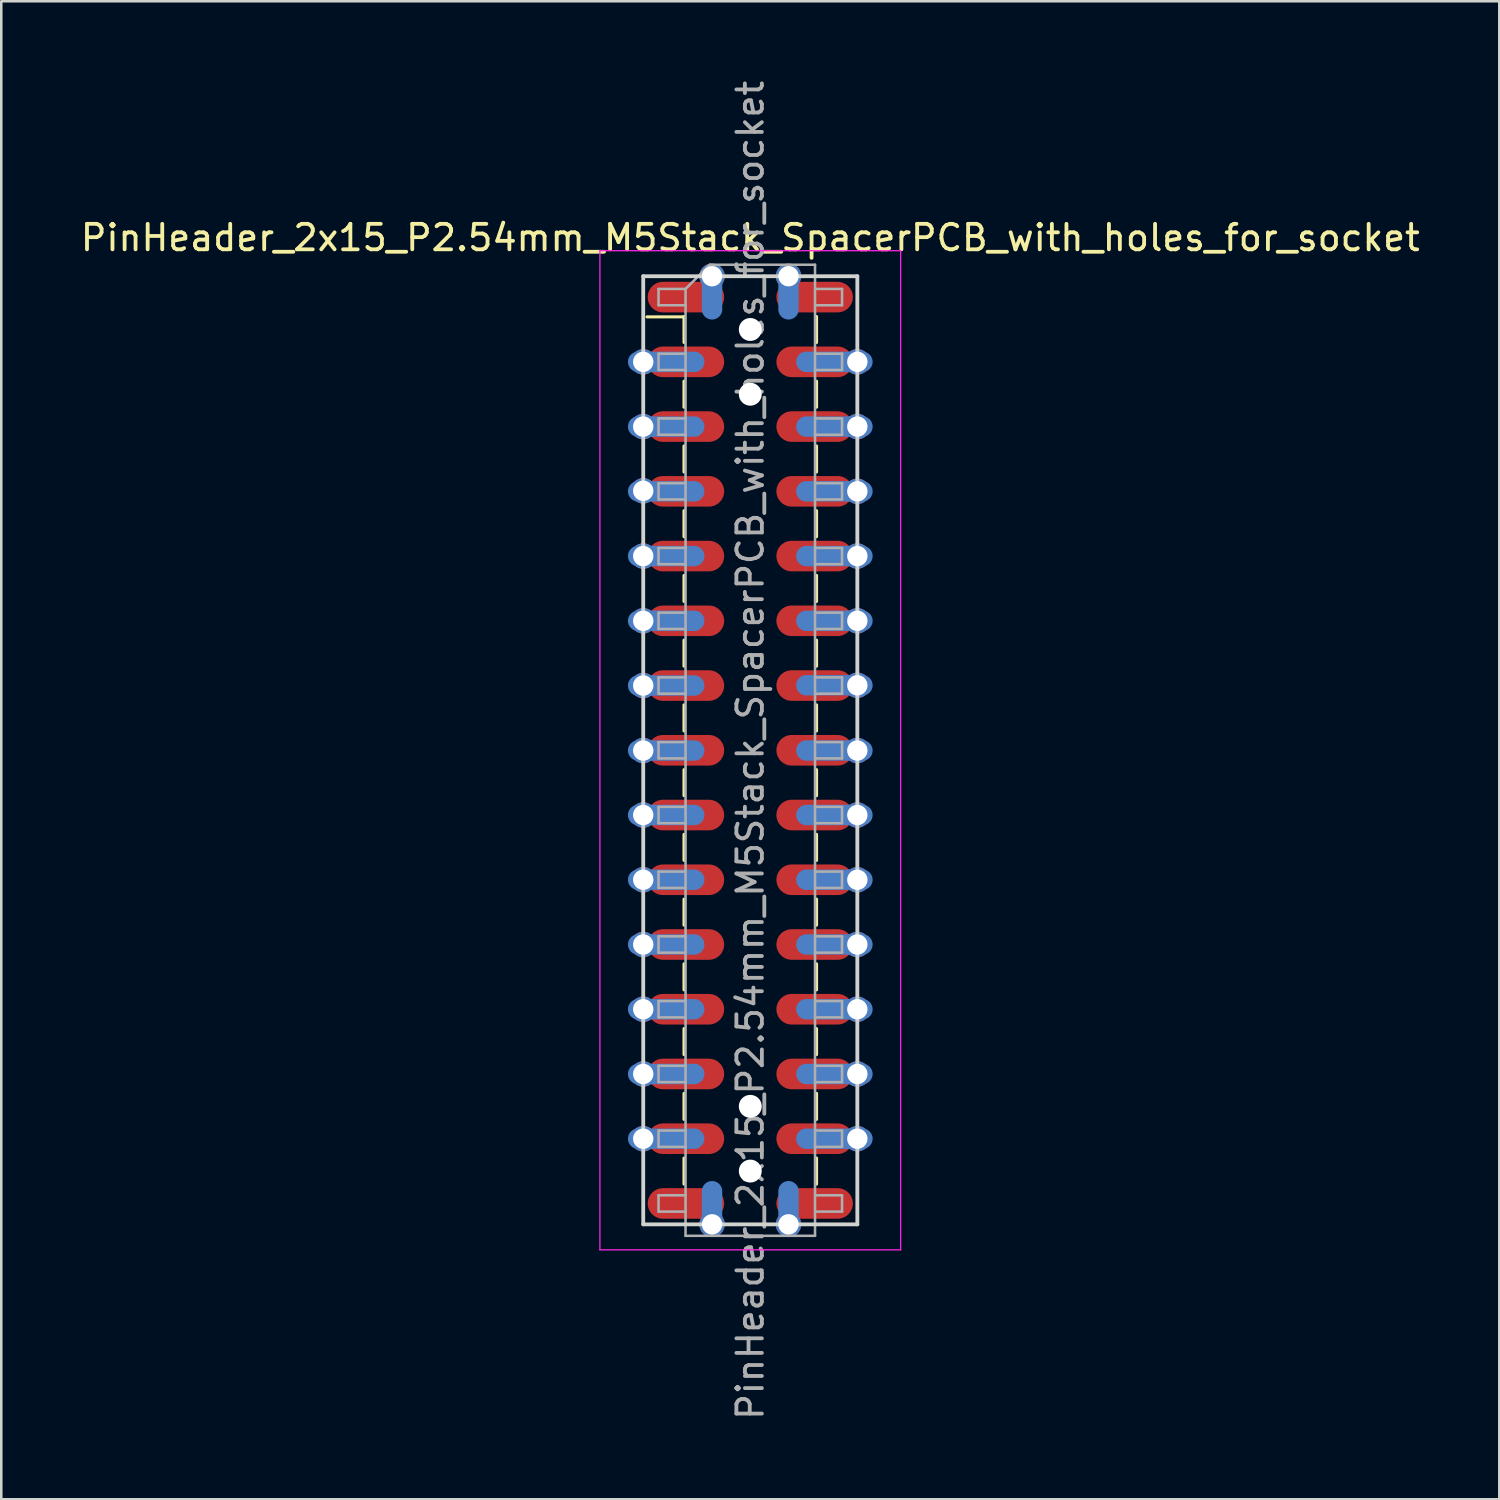
<source format=kicad_pcb>
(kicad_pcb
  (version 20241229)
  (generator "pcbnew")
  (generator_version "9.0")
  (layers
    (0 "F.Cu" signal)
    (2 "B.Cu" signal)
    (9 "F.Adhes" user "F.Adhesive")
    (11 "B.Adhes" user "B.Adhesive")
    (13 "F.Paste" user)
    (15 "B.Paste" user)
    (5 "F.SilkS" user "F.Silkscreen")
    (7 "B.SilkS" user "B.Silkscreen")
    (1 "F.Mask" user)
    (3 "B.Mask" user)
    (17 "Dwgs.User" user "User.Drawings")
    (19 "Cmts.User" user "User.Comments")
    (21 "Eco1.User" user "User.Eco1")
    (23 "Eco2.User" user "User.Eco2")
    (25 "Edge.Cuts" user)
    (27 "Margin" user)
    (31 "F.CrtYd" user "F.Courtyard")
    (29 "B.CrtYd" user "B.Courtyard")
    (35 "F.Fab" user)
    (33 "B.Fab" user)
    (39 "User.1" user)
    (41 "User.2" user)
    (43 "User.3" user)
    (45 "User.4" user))
  (footprint "PinHeader_2x15_P2.54mm_M5Stack_SpacerPCB_with_holes_for_socket"
    (layer "F.Cu")
    (at 26.387 26.387)
    (property "Reference" "PinHeader_2x15_P2.54mm_M5Stack_SpacerPCB_with_holes_for_socket" (at 0 -20.11 0) (layer "F.SilkS") (effects (font (size 1 1) (thickness 0.15))))
    (attr smd)
    (fp_line (start -4.051 -17.005) (end -2.611 -17.005) (stroke (width 0.12) (type solid)) (layer "F.SilkS"))
    (fp_line (start -2.6 -17.02) (end -2.6 -16) (stroke (width 0.12) (type solid)) (layer "F.SilkS"))
    (fp_line (start -2.6 -14.48) (end -2.6 -13.46) (stroke (width 0.12) (type solid)) (layer "F.SilkS"))
    (fp_line (start -2.6 -11.94) (end -2.6 -10.92) (stroke (width 0.12) (type solid)) (layer "F.SilkS"))
    (fp_line (start -2.6 -9.4) (end -2.6 -8.38) (stroke (width 0.12) (type solid)) (layer "F.SilkS"))
    (fp_line (start -2.6 -6.86) (end -2.6 -5.84) (stroke (width 0.12) (type solid)) (layer "F.SilkS"))
    (fp_line (start -2.6 -4.32) (end -2.6 -3.3) (stroke (width 0.12) (type solid)) (layer "F.SilkS"))
    (fp_line (start -2.6 -1.78) (end -2.6 -0.76) (stroke (width 0.12) (type solid)) (layer "F.SilkS"))
    (fp_line (start -2.6 0.76) (end -2.6 1.78) (stroke (width 0.12) (type solid)) (layer "F.SilkS"))
    (fp_line (start -2.6 3.3) (end -2.6 4.32) (stroke (width 0.12) (type solid)) (layer "F.SilkS"))
    (fp_line (start -2.6 5.84) (end -2.6 6.86) (stroke (width 0.12) (type solid)) (layer "F.SilkS"))
    (fp_line (start -2.6 8.38) (end -2.6 9.4) (stroke (width 0.12) (type solid)) (layer "F.SilkS"))
    (fp_line (start -2.6 10.92) (end -2.6 11.94) (stroke (width 0.12) (type solid)) (layer "F.SilkS"))
    (fp_line (start -2.6 13.46) (end -2.6 14.48) (stroke (width 0.12) (type solid)) (layer "F.SilkS"))
    (fp_line (start -2.6 16) (end -2.6 17.02) (stroke (width 0.12) (type solid)) (layer "F.SilkS"))
    (fp_line (start 2.6 -17.02) (end 2.6 -16) (stroke (width 0.12) (type solid)) (layer "F.SilkS"))
    (fp_line (start 2.6 -14.48) (end 2.6 -13.46) (stroke (width 0.12) (type solid)) (layer "F.SilkS"))
    (fp_line (start 2.6 -11.94) (end 2.6 -10.92) (stroke (width 0.12) (type solid)) (layer "F.SilkS"))
    (fp_line (start 2.6 -9.4) (end 2.6 -8.38) (stroke (width 0.12) (type solid)) (layer "F.SilkS"))
    (fp_line (start 2.6 -6.86) (end 2.6 -5.84) (stroke (width 0.12) (type solid)) (layer "F.SilkS"))
    (fp_line (start 2.6 -4.32) (end 2.6 -3.3) (stroke (width 0.12) (type solid)) (layer "F.SilkS"))
    (fp_line (start 2.6 -1.78) (end 2.6 -0.76) (stroke (width 0.12) (type solid)) (layer "F.SilkS"))
    (fp_line (start 2.6 0.76) (end 2.6 1.78) (stroke (width 0.12) (type solid)) (layer "F.SilkS"))
    (fp_line (start 2.6 3.3) (end 2.6 4.32) (stroke (width 0.12) (type solid)) (layer "F.SilkS"))
    (fp_line (start 2.6 5.84) (end 2.6 6.86) (stroke (width 0.12) (type solid)) (layer "F.SilkS"))
    (fp_line (start 2.6 8.38) (end 2.6 9.4) (stroke (width 0.12) (type solid)) (layer "F.SilkS"))
    (fp_line (start 2.6 10.92) (end 2.6 11.94) (stroke (width 0.12) (type solid)) (layer "F.SilkS"))
    (fp_line (start 2.6 13.46) (end 2.6 14.48) (stroke (width 0.12) (type solid)) (layer "F.SilkS"))
    (fp_line (start 2.6 16) (end 2.6 17.02) (stroke (width 0.12) (type solid)) (layer "F.SilkS"))
    (fp_line (start -4.2 -18.6) (end -4.2 18.6) (stroke (width 0.15) (type solid)) (layer "Edge.Cuts"))
    (fp_line (start -4.2 18.6) (end 4.2 18.6) (stroke (width 0.15) (type solid)) (layer "Edge.Cuts"))
    (fp_line (start 4.2 -18.6) (end -4.2 -18.6) (stroke (width 0.15) (type solid)) (layer "Edge.Cuts"))
    (fp_line (start 4.2 18.6) (end 4.2 -18.6) (stroke (width 0.15) (type solid)) (layer "Edge.Cuts"))
    (fp_line (start -5.9 -19.6) (end -5.9 19.6) (stroke (width 0.05) (type solid)) (layer "F.CrtYd"))
    (fp_line (start -5.9 19.6) (end 5.9 19.6) (stroke (width 0.05) (type solid)) (layer "F.CrtYd"))
    (fp_line (start 5.9 -19.6) (end -5.9 -19.6) (stroke (width 0.05) (type solid)) (layer "F.CrtYd"))
    (fp_line (start 5.9 19.6) (end 5.9 -19.6) (stroke (width 0.05) (type solid)) (layer "F.CrtYd"))
    (fp_line (start -3.6 -18.1) (end -3.6 -17.46) (stroke (width 0.1) (type solid)) (layer "F.Fab"))
    (fp_line (start -3.6 -17.46) (end -2.54 -17.46) (stroke (width 0.1) (type solid)) (layer "F.Fab"))
    (fp_line (start -3.6 -15.56) (end -3.6 -14.92) (stroke (width 0.1) (type solid)) (layer "F.Fab"))
    (fp_line (start -3.6 -14.92) (end -2.54 -14.92) (stroke (width 0.1) (type solid)) (layer "F.Fab"))
    (fp_line (start -3.6 -13.02) (end -3.6 -12.38) (stroke (width 0.1) (type solid)) (layer "F.Fab"))
    (fp_line (start -3.6 -12.38) (end -2.54 -12.38) (stroke (width 0.1) (type solid)) (layer "F.Fab"))
    (fp_line (start -3.6 -10.48) (end -3.6 -9.84) (stroke (width 0.1) (type solid)) (layer "F.Fab"))
    (fp_line (start -3.6 -9.84) (end -2.54 -9.84) (stroke (width 0.1) (type solid)) (layer "F.Fab"))
    (fp_line (start -3.6 -7.94) (end -3.6 -7.3) (stroke (width 0.1) (type solid)) (layer "F.Fab"))
    (fp_line (start -3.6 -7.3) (end -2.54 -7.3) (stroke (width 0.1) (type solid)) (layer "F.Fab"))
    (fp_line (start -3.6 -5.4) (end -3.6 -4.76) (stroke (width 0.1) (type solid)) (layer "F.Fab"))
    (fp_line (start -3.6 -4.76) (end -2.54 -4.76) (stroke (width 0.1) (type solid)) (layer "F.Fab"))
    (fp_line (start -3.6 -2.86) (end -3.6 -2.22) (stroke (width 0.1) (type solid)) (layer "F.Fab"))
    (fp_line (start -3.6 -2.22) (end -2.54 -2.22) (stroke (width 0.1) (type solid)) (layer "F.Fab"))
    (fp_line (start -3.6 -0.32) (end -3.6 0.32) (stroke (width 0.1) (type solid)) (layer "F.Fab"))
    (fp_line (start -3.6 0.32) (end -2.54 0.32) (stroke (width 0.1) (type solid)) (layer "F.Fab"))
    (fp_line (start -3.6 2.22) (end -3.6 2.86) (stroke (width 0.1) (type solid)) (layer "F.Fab"))
    (fp_line (start -3.6 2.86) (end -2.54 2.86) (stroke (width 0.1) (type solid)) (layer "F.Fab"))
    (fp_line (start -3.6 4.76) (end -3.6 5.4) (stroke (width 0.1) (type solid)) (layer "F.Fab"))
    (fp_line (start -3.6 5.4) (end -2.54 5.4) (stroke (width 0.1) (type solid)) (layer "F.Fab"))
    (fp_line (start -3.6 7.3) (end -3.6 7.94) (stroke (width 0.1) (type solid)) (layer "F.Fab"))
    (fp_line (start -3.6 7.94) (end -2.54 7.94) (stroke (width 0.1) (type solid)) (layer "F.Fab"))
    (fp_line (start -3.6 9.84) (end -3.6 10.48) (stroke (width 0.1) (type solid)) (layer "F.Fab"))
    (fp_line (start -3.6 10.48) (end -2.54 10.48) (stroke (width 0.1) (type solid)) (layer "F.Fab"))
    (fp_line (start -3.6 12.38) (end -3.6 13.02) (stroke (width 0.1) (type solid)) (layer "F.Fab"))
    (fp_line (start -3.6 13.02) (end -2.54 13.02) (stroke (width 0.1) (type solid)) (layer "F.Fab"))
    (fp_line (start -3.6 14.92) (end -3.6 15.56) (stroke (width 0.1) (type solid)) (layer "F.Fab"))
    (fp_line (start -3.6 15.56) (end -2.54 15.56) (stroke (width 0.1) (type solid)) (layer "F.Fab"))
    (fp_line (start -3.6 17.46) (end -3.6 18.1) (stroke (width 0.1) (type solid)) (layer "F.Fab"))
    (fp_line (start -3.6 18.1) (end -2.54 18.1) (stroke (width 0.1) (type solid)) (layer "F.Fab"))
    (fp_line (start -2.54 -18.1) (end -3.6 -18.1) (stroke (width 0.1) (type solid)) (layer "F.Fab"))
    (fp_line (start -2.54 -18.1) (end -1.59 -19.05) (stroke (width 0.1) (type solid)) (layer "F.Fab"))
    (fp_line (start -2.54 -15.56) (end -3.6 -15.56) (stroke (width 0.1) (type solid)) (layer "F.Fab"))
    (fp_line (start -2.54 -13.02) (end -3.6 -13.02) (stroke (width 0.1) (type solid)) (layer "F.Fab"))
    (fp_line (start -2.54 -10.48) (end -3.6 -10.48) (stroke (width 0.1) (type solid)) (layer "F.Fab"))
    (fp_line (start -2.54 -7.94) (end -3.6 -7.94) (stroke (width 0.1) (type solid)) (layer "F.Fab"))
    (fp_line (start -2.54 -5.4) (end -3.6 -5.4) (stroke (width 0.1) (type solid)) (layer "F.Fab"))
    (fp_line (start -2.54 -2.86) (end -3.6 -2.86) (stroke (width 0.1) (type solid)) (layer "F.Fab"))
    (fp_line (start -2.54 -0.32) (end -3.6 -0.32) (stroke (width 0.1) (type solid)) (layer "F.Fab"))
    (fp_line (start -2.54 2.22) (end -3.6 2.22) (stroke (width 0.1) (type solid)) (layer "F.Fab"))
    (fp_line (start -2.54 4.76) (end -3.6 4.76) (stroke (width 0.1) (type solid)) (layer "F.Fab"))
    (fp_line (start -2.54 7.3) (end -3.6 7.3) (stroke (width 0.1) (type solid)) (layer "F.Fab"))
    (fp_line (start -2.54 9.84) (end -3.6 9.84) (stroke (width 0.1) (type solid)) (layer "F.Fab"))
    (fp_line (start -2.54 12.38) (end -3.6 12.38) (stroke (width 0.1) (type solid)) (layer "F.Fab"))
    (fp_line (start -2.54 14.92) (end -3.6 14.92) (stroke (width 0.1) (type solid)) (layer "F.Fab"))
    (fp_line (start -2.54 17.46) (end -3.6 17.46) (stroke (width 0.1) (type solid)) (layer "F.Fab"))
    (fp_line (start -2.54 19.05) (end -2.54 -18.1) (stroke (width 0.1) (type solid)) (layer "F.Fab"))
    (fp_line (start -1.59 -19.05) (end 2.54 -19.05) (stroke (width 0.1) (type solid)) (layer "F.Fab"))
    (fp_line (start 2.54 -19.05) (end 2.54 19.05) (stroke (width 0.1) (type solid)) (layer "F.Fab"))
    (fp_line (start 2.54 -18.1) (end 3.6 -18.1) (stroke (width 0.1) (type solid)) (layer "F.Fab"))
    (fp_line (start 2.54 -15.56) (end 3.6 -15.56) (stroke (width 0.1) (type solid)) (layer "F.Fab"))
    (fp_line (start 2.54 -13.02) (end 3.6 -13.02) (stroke (width 0.1) (type solid)) (layer "F.Fab"))
    (fp_line (start 2.54 -10.48) (end 3.6 -10.48) (stroke (width 0.1) (type solid)) (layer "F.Fab"))
    (fp_line (start 2.54 -7.94) (end 3.6 -7.94) (stroke (width 0.1) (type solid)) (layer "F.Fab"))
    (fp_line (start 2.54 -5.4) (end 3.6 -5.4) (stroke (width 0.1) (type solid)) (layer "F.Fab"))
    (fp_line (start 2.54 -2.86) (end 3.6 -2.86) (stroke (width 0.1) (type solid)) (layer "F.Fab"))
    (fp_line (start 2.54 -0.32) (end 3.6 -0.32) (stroke (width 0.1) (type solid)) (layer "F.Fab"))
    (fp_line (start 2.54 2.22) (end 3.6 2.22) (stroke (width 0.1) (type solid)) (layer "F.Fab"))
    (fp_line (start 2.54 4.76) (end 3.6 4.76) (stroke (width 0.1) (type solid)) (layer "F.Fab"))
    (fp_line (start 2.54 7.3) (end 3.6 7.3) (stroke (width 0.1) (type solid)) (layer "F.Fab"))
    (fp_line (start 2.54 9.84) (end 3.6 9.84) (stroke (width 0.1) (type solid)) (layer "F.Fab"))
    (fp_line (start 2.54 12.38) (end 3.6 12.38) (stroke (width 0.1) (type solid)) (layer "F.Fab"))
    (fp_line (start 2.54 14.92) (end 3.6 14.92) (stroke (width 0.1) (type solid)) (layer "F.Fab"))
    (fp_line (start 2.54 17.46) (end 3.6 17.46) (stroke (width 0.1) (type solid)) (layer "F.Fab"))
    (fp_line (start 2.54 19.05) (end -2.54 19.05) (stroke (width 0.1) (type solid)) (layer "F.Fab"))
    (fp_line (start 3.6 -18.1) (end 3.6 -17.46) (stroke (width 0.1) (type solid)) (layer "F.Fab"))
    (fp_line (start 3.6 -17.46) (end 2.54 -17.46) (stroke (width 0.1) (type solid)) (layer "F.Fab"))
    (fp_line (start 3.6 -15.56) (end 3.6 -14.92) (stroke (width 0.1) (type solid)) (layer "F.Fab"))
    (fp_line (start 3.6 -14.92) (end 2.54 -14.92) (stroke (width 0.1) (type solid)) (layer "F.Fab"))
    (fp_line (start 3.6 -13.02) (end 3.6 -12.38) (stroke (width 0.1) (type solid)) (layer "F.Fab"))
    (fp_line (start 3.6 -12.38) (end 2.54 -12.38) (stroke (width 0.1) (type solid)) (layer "F.Fab"))
    (fp_line (start 3.6 -10.48) (end 3.6 -9.84) (stroke (width 0.1) (type solid)) (layer "F.Fab"))
    (fp_line (start 3.6 -9.84) (end 2.54 -9.84) (stroke (width 0.1) (type solid)) (layer "F.Fab"))
    (fp_line (start 3.6 -7.94) (end 3.6 -7.3) (stroke (width 0.1) (type solid)) (layer "F.Fab"))
    (fp_line (start 3.6 -7.3) (end 2.54 -7.3) (stroke (width 0.1) (type solid)) (layer "F.Fab"))
    (fp_line (start 3.6 -5.4) (end 3.6 -4.76) (stroke (width 0.1) (type solid)) (layer "F.Fab"))
    (fp_line (start 3.6 -4.76) (end 2.54 -4.76) (stroke (width 0.1) (type solid)) (layer "F.Fab"))
    (fp_line (start 3.6 -2.86) (end 3.6 -2.22) (stroke (width 0.1) (type solid)) (layer "F.Fab"))
    (fp_line (start 3.6 -2.22) (end 2.54 -2.22) (stroke (width 0.1) (type solid)) (layer "F.Fab"))
    (fp_line (start 3.6 -0.32) (end 3.6 0.32) (stroke (width 0.1) (type solid)) (layer "F.Fab"))
    (fp_line (start 3.6 0.32) (end 2.54 0.32) (stroke (width 0.1) (type solid)) (layer "F.Fab"))
    (fp_line (start 3.6 2.22) (end 3.6 2.86) (stroke (width 0.1) (type solid)) (layer "F.Fab"))
    (fp_line (start 3.6 2.86) (end 2.54 2.86) (stroke (width 0.1) (type solid)) (layer "F.Fab"))
    (fp_line (start 3.6 4.76) (end 3.6 5.4) (stroke (width 0.1) (type solid)) (layer "F.Fab"))
    (fp_line (start 3.6 5.4) (end 2.54 5.4) (stroke (width 0.1) (type solid)) (layer "F.Fab"))
    (fp_line (start 3.6 7.3) (end 3.6 7.94) (stroke (width 0.1) (type solid)) (layer "F.Fab"))
    (fp_line (start 3.6 7.94) (end 2.54 7.94) (stroke (width 0.1) (type solid)) (layer "F.Fab"))
    (fp_line (start 3.6 9.84) (end 3.6 10.48) (stroke (width 0.1) (type solid)) (layer "F.Fab"))
    (fp_line (start 3.6 10.48) (end 2.54 10.48) (stroke (width 0.1) (type solid)) (layer "F.Fab"))
    (fp_line (start 3.6 12.38) (end 3.6 13.02) (stroke (width 0.1) (type solid)) (layer "F.Fab"))
    (fp_line (start 3.6 13.02) (end 2.54 13.02) (stroke (width 0.1) (type solid)) (layer "F.Fab"))
    (fp_line (start 3.6 14.92) (end 3.6 15.56) (stroke (width 0.1) (type solid)) (layer "F.Fab"))
    (fp_line (start 3.6 15.56) (end 2.54 15.56) (stroke (width 0.1) (type solid)) (layer "F.Fab"))
    (fp_line (start 3.6 17.46) (end 3.6 18.1) (stroke (width 0.1) (type solid)) (layer "F.Fab"))
    (fp_line (start 3.6 18.1) (end 2.54 18.1) (stroke (width 0.1) (type solid)) (layer "F.Fab"))
    (fp_text user "${REFERENCE}" (at 0 0 90) (layer "F.Fab") (effects (font (size 1 1) (thickness 0.15))))
    (pad "" np_thru_hole circle (at 0 -16.51) (size 0.9 0.9) (drill 1.15) (layers "*.Cu" "*.Mask"))
    (pad "" np_thru_hole circle (at 0 -13.97) (size 0.9 0.9) (drill 1.15) (layers "*.Cu" "*.Mask"))
    (pad "" np_thru_hole circle (at 0 13.97) (size 0.9 0.9) (drill 1.15) (layers "*.Cu" "*.Mask"))
    (pad "" np_thru_hole circle (at 0 16.51) (size 0.9 0.9) (drill 1.15) (layers "*.Cu" "*.Mask"))
    (pad "1" smd oval (at -2.525 -17.78) (size 3 1.2) (layers "F.Cu" "F.Mask" "F.Paste"))
    (pad "1" thru_hole circle (at -1.5 -18.6) (size 1 1) (drill 0.8) (layers "*.Cu" "*.Mask"))
    (pad "1" smd oval (at -1.5 -17.9 90) (size 2 0.8) (layers "B.Cu" "B.Mask" "B.Paste"))
    (pad "2" thru_hole circle (at 1.5 -18.6) (size 1 1) (drill 0.8) (layers "*.Cu" "*.Mask"))
    (pad "2" smd oval (at 1.5 -17.9 90) (size 2 0.8) (layers "B.Cu" "B.Mask" "B.Paste"))
    (pad "2" smd oval (at 2.525 -17.78) (size 3 1.2) (layers "F.Cu" "F.Mask" "F.Paste"))
    (pad "3" thru_hole circle (at -4.2 -15.24) (size 1 1) (drill 0.8) (layers "*.Cu" "*.Mask"))
    (pad "3" smd oval (at -3.3 -15.24) (size 3 0.8) (layers "B.Cu" "B.Mask" "B.Paste"))
    (pad "3" smd oval (at -2.525 -15.24) (size 3 1.2) (layers "F.Cu" "F.Mask" "F.Paste"))
    (pad "4" smd oval (at 2.525 -15.24) (size 3 1.2) (layers "F.Cu" "F.Mask" "F.Paste"))
    (pad "4" smd oval (at 3.3 -15.24) (size 3 0.8) (layers "B.Cu" "B.Mask" "B.Paste"))
    (pad "4" thru_hole circle (at 4.2 -15.24) (size 1 1) (drill 0.8) (layers "*.Cu" "*.Mask"))
    (pad "5" thru_hole circle (at -4.2 -12.7) (size 1 1) (drill 0.8) (layers "*.Cu" "*.Mask"))
    (pad "5" smd oval (at -3.3 -12.7) (size 3 0.8) (layers "B.Cu" "B.Mask" "B.Paste"))
    (pad "5" smd oval (at -2.525 -12.7) (size 3 1.2) (layers "F.Cu" "F.Mask" "F.Paste"))
    (pad "6" smd oval (at 2.525 -12.7) (size 3 1.2) (layers "F.Cu" "F.Mask" "F.Paste"))
    (pad "6" smd oval (at 3.3 -12.7) (size 3 0.8) (layers "B.Cu" "B.Mask" "B.Paste"))
    (pad "6" thru_hole circle (at 4.2 -12.7) (size 1 1) (drill 0.8) (layers "*.Cu" "*.Mask"))
    (pad "7" thru_hole circle (at -4.2 -10.18) (size 1 1) (drill 0.8) (layers "*.Cu" "*.Mask"))
    (pad "7" smd oval (at -3.3 -10.16) (size 3 0.8) (layers "B.Cu" "B.Mask" "B.Paste"))
    (pad "7" smd oval (at -2.525 -10.16) (size 3 1.2) (layers "F.Cu" "F.Mask" "F.Paste"))
    (pad "8" smd oval (at 2.525 -10.16) (size 3 1.2) (layers "F.Cu" "F.Mask" "F.Paste"))
    (pad "8" smd oval (at 3.3 -10.16) (size 3 0.8) (layers "B.Cu" "B.Mask" "B.Paste"))
    (pad "8" thru_hole circle (at 4.2 -10.16) (size 1 1) (drill 0.8) (layers "*.Cu" "*.Mask"))
    (pad "9" thru_hole circle (at -4.2 -7.62) (size 1 1) (drill 0.8) (layers "*.Cu" "*.Mask"))
    (pad "9" smd oval (at -3.3 -7.62) (size 3 0.8) (layers "B.Cu" "B.Mask" "B.Paste"))
    (pad "9" smd oval (at -2.525 -7.62) (size 3 1.2) (layers "F.Cu" "F.Mask" "F.Paste"))
    (pad "10" smd oval (at 2.525 -7.62) (size 3 1.2) (layers "F.Cu" "F.Mask" "F.Paste"))
    (pad "10" smd oval (at 3.3 -7.62) (size 3 0.8) (layers "B.Cu" "B.Mask" "B.Paste"))
    (pad "10" thru_hole circle (at 4.2 -7.62) (size 1 1) (drill 0.8) (layers "*.Cu" "*.Mask"))
    (pad "11" thru_hole circle (at -4.2 -5.08) (size 1 1) (drill 0.8) (layers "*.Cu" "*.Mask"))
    (pad "11" smd oval (at -3.3 -5.08) (size 3 0.8) (layers "B.Cu" "B.Mask" "B.Paste"))
    (pad "11" smd oval (at -2.525 -5.08) (size 3 1.2) (layers "F.Cu" "F.Mask" "F.Paste"))
    (pad "12" smd oval (at 2.525 -5.08) (size 3 1.2) (layers "F.Cu" "F.Mask" "F.Paste"))
    (pad "12" smd oval (at 3.3 -5.08) (size 3 0.8) (layers "B.Cu" "B.Mask" "B.Paste"))
    (pad "12" thru_hole circle (at 4.2 -5.08) (size 1 1) (drill 0.8) (layers "*.Cu" "*.Mask"))
    (pad "13" thru_hole circle (at -4.2 -2.54) (size 1 1) (drill 0.8) (layers "*.Cu" "*.Mask"))
    (pad "13" smd oval (at -3.3 -2.54) (size 3 0.8) (layers "B.Cu" "B.Mask" "B.Paste"))
    (pad "13" smd oval (at -2.525 -2.54) (size 3 1.2) (layers "F.Cu" "F.Mask" "F.Paste"))
    (pad "14" smd oval (at 2.525 -2.54) (size 3 1.2) (layers "F.Cu" "F.Mask" "F.Paste"))
    (pad "14" smd oval (at 3.3 -2.55) (size 3 0.8) (layers "B.Cu" "B.Mask" "B.Paste"))
    (pad "14" thru_hole circle (at 4.2 -2.55) (size 1 1) (drill 0.8) (layers "*.Cu" "*.Mask"))
    (pad "15" thru_hole circle (at -4.2 0.01) (size 1 1) (drill 0.8) (layers "*.Cu" "*.Mask"))
    (pad "15" smd oval (at -3.3 0.01) (size 3 0.8) (layers "B.Cu" "B.Mask" "B.Paste"))
    (pad "15" smd oval (at -2.525 0) (size 3 1.2) (layers "F.Cu" "F.Mask" "F.Paste"))
    (pad "16" smd oval (at 2.525 0) (size 3 1.2) (layers "F.Cu" "F.Mask" "F.Paste"))
    (pad "16" smd oval (at 3.3 0.01) (size 3 0.8) (layers "B.Cu" "B.Mask" "B.Paste"))
    (pad "16" thru_hole circle (at 4.2 0.01) (size 1 1) (drill 0.8) (layers "*.Cu" "*.Mask"))
    (pad "17" thru_hole circle (at -4.2 2.54) (size 1 1) (drill 0.8) (layers "*.Cu" "*.Mask"))
    (pad "17" smd oval (at -3.3 2.54) (size 3 0.8) (layers "B.Cu" "B.Mask" "B.Paste"))
    (pad "17" smd oval (at -2.525 2.54) (size 3 1.2) (layers "F.Cu" "F.Mask" "F.Paste"))
    (pad "18" smd oval (at 2.525 2.54) (size 3 1.2) (layers "F.Cu" "F.Mask" "F.Paste"))
    (pad "18" smd oval (at 3.3 2.54) (size 3 0.8) (layers "B.Cu" "B.Mask" "B.Paste"))
    (pad "18" thru_hole circle (at 4.2 2.54) (size 1 1) (drill 0.8) (layers "*.Cu" "*.Mask"))
    (pad "19" thru_hole circle (at -4.2 5.08) (size 1 1) (drill 0.8) (layers "*.Cu" "*.Mask"))
    (pad "19" smd oval (at -3.3 5.08) (size 3 0.8) (layers "B.Cu" "B.Mask" "B.Paste"))
    (pad "19" smd oval (at -2.525 5.08) (size 3 1.2) (layers "F.Cu" "F.Mask" "F.Paste"))
    (pad "20" smd oval (at 2.525 5.08) (size 3 1.2) (layers "F.Cu" "F.Mask" "F.Paste"))
    (pad "20" smd oval (at 3.3 5.08) (size 3 0.8) (layers "B.Cu" "B.Mask" "B.Paste"))
    (pad "20" thru_hole circle (at 4.2 5.08) (size 1 1) (drill 0.8) (layers "*.Cu" "*.Mask"))
    (pad "21" thru_hole circle (at -4.2 7.62) (size 1 1) (drill 0.8) (layers "*.Cu" "*.Mask"))
    (pad "21" smd oval (at -3.3 7.62) (size 3 0.8) (layers "B.Cu" "B.Mask" "B.Paste"))
    (pad "21" smd oval (at -2.525 7.62) (size 3 1.2) (layers "F.Cu" "F.Mask" "F.Paste"))
    (pad "22" smd oval (at 2.525 7.62) (size 3 1.2) (layers "F.Cu" "F.Mask" "F.Paste"))
    (pad "22" smd oval (at 3.3 7.62) (size 3 0.8) (layers "B.Cu" "B.Mask" "B.Paste"))
    (pad "22" thru_hole circle (at 4.2 7.62) (size 1 1) (drill 0.8) (layers "*.Cu" "*.Mask"))
    (pad "23" thru_hole circle (at -4.2 10.16) (size 1 1) (drill 0.8) (layers "*.Cu" "*.Mask"))
    (pad "23" smd oval (at -3.3 10.16) (size 3 0.8) (layers "B.Cu" "B.Mask" "B.Paste"))
    (pad "23" smd oval (at -2.525 10.16) (size 3 1.2) (layers "F.Cu" "F.Mask" "F.Paste"))
    (pad "24" smd oval (at 2.525 10.16) (size 3 1.2) (layers "F.Cu" "F.Mask" "F.Paste"))
    (pad "24" smd oval (at 3.3 10.16) (size 3 0.8) (layers "B.Cu" "B.Mask" "B.Paste"))
    (pad "24" thru_hole circle (at 4.2 10.16) (size 1 1) (drill 0.8) (layers "*.Cu" "*.Mask"))
    (pad "25" thru_hole circle (at -4.2 12.7) (size 1 1) (drill 0.8) (layers "*.Cu" "*.Mask"))
    (pad "25" smd oval (at -3.3 12.7) (size 3 0.8) (layers "B.Cu" "B.Mask" "B.Paste"))
    (pad "25" smd oval (at -2.525 12.7) (size 3 1.2) (layers "F.Cu" "F.Mask" "F.Paste"))
    (pad "26" smd oval (at 2.525 12.7) (size 3 1.2) (layers "F.Cu" "F.Mask" "F.Paste"))
    (pad "26" smd oval (at 3.3 12.7) (size 3 0.8) (layers "B.Cu" "B.Mask" "B.Paste"))
    (pad "26" thru_hole circle (at 4.2 12.7) (size 1 1) (drill 0.8) (layers "*.Cu" "*.Mask"))
    (pad "27" thru_hole circle (at -4.2 15.24) (size 1 1) (drill 0.8) (layers "*.Cu" "*.Mask"))
    (pad "27" smd oval (at -3.3 15.24) (size 3 0.8) (layers "B.Cu" "B.Mask" "B.Paste"))
    (pad "27" smd oval (at -2.525 15.24) (size 3 1.2) (layers "F.Cu" "F.Mask" "F.Paste"))
    (pad "28" smd oval (at 2.525 15.24) (size 3 1.2) (layers "F.Cu" "F.Mask" "F.Paste"))
    (pad "28" smd oval (at 3.3 15.24) (size 3 0.8) (layers "B.Cu" "B.Mask" "B.Paste"))
    (pad "28" thru_hole circle (at 4.2 15.24) (size 1 1) (drill 0.8) (layers "*.Cu" "*.Mask"))
    (pad "29" smd oval (at -2.525 17.78) (size 3 1.2) (layers "F.Cu" "F.Mask" "F.Paste"))
    (pad "29" smd oval (at -1.5 17.9 90) (size 2 0.8) (layers "B.Cu" "B.Mask" "B.Paste"))
    (pad "29" thru_hole circle (at -1.5 18.6) (size 1 1) (drill 0.8) (layers "*.Cu" "*.Mask"))
    (pad "30" smd oval (at 1.5 17.9 90) (size 2 0.8) (layers "B.Cu" "B.Mask" "B.Paste"))
    (pad "30" thru_hole circle (at 1.5 18.6) (size 1 1) (drill 0.8) (layers "*.Cu" "*.Mask"))
    (pad "30" smd oval (at 2.525 17.78) (size 3 1.2) (layers "F.Cu" "F.Mask" "F.Paste")))
  (gr_rect
    (start -3 -3)
    (end 55.774 55.774)
    (stroke (width 0.1) (type default))
    (fill no)
    (layer "Edge.Cuts")))
</source>
